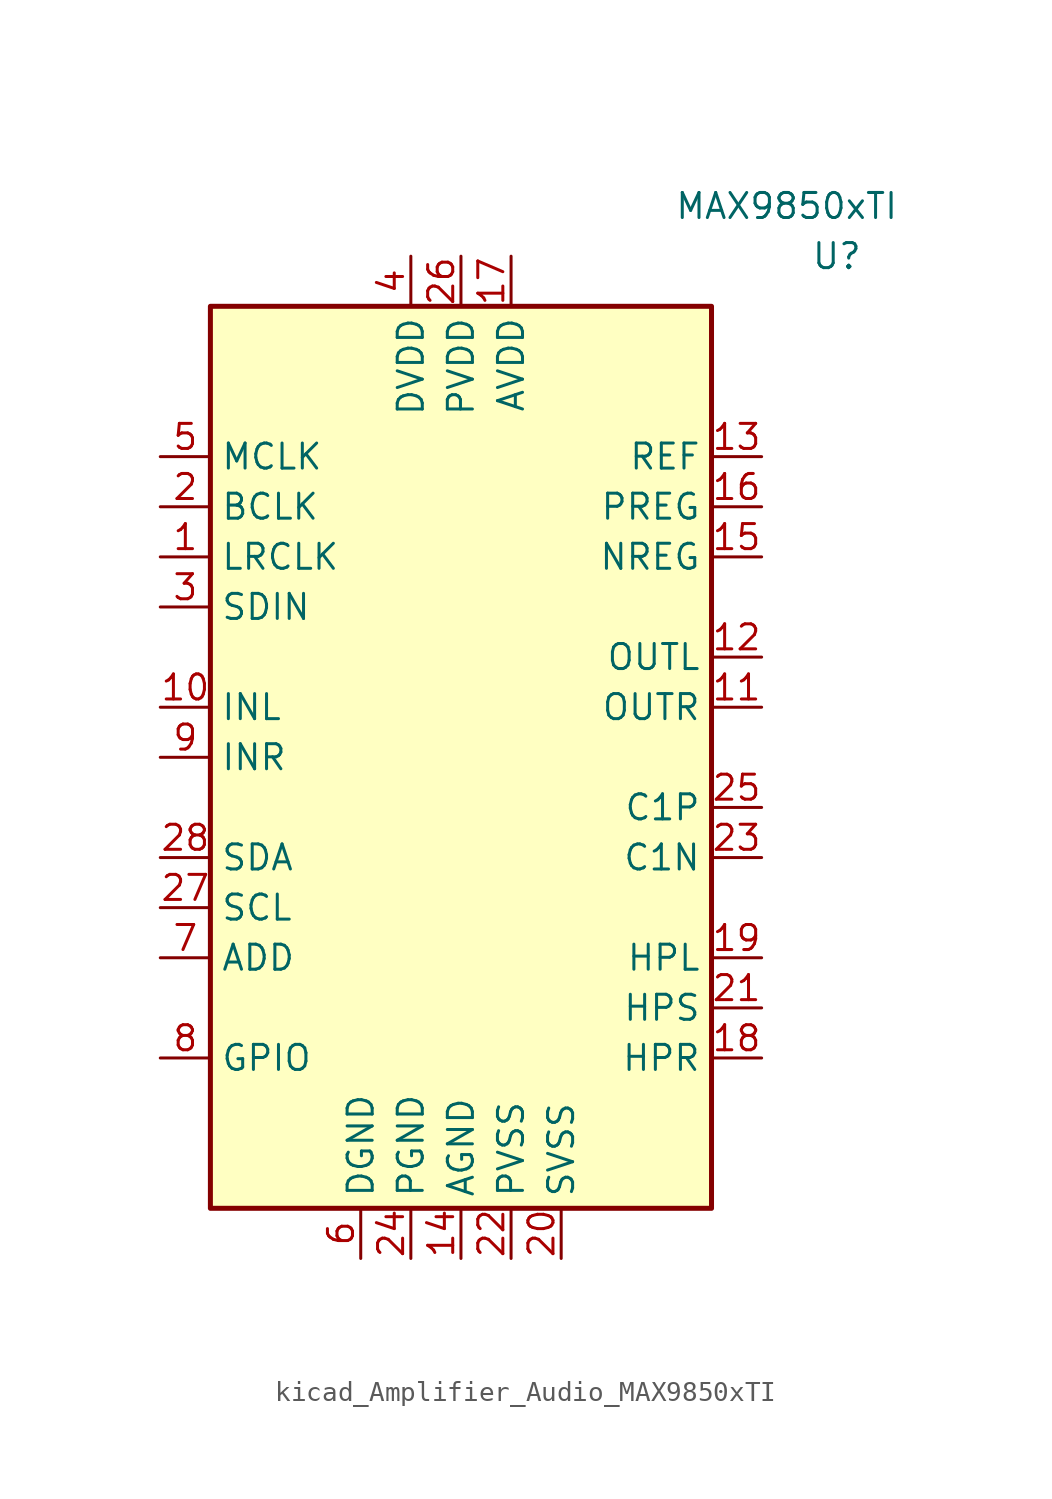
<source format=kicad_sym>
(kicad_symbol_lib
  (version 20220914)
  (generator kicad_symbol_editor)
  (symbol "kicad_Amplifier_Audio_MAX9850xTI"
    (property "Reference" "U"
      (at 19.05 25.4 0)
      (effects (font (size 1.27 1.27))))
    (property "Value" "MAX9850xTI"
      (at 16.51 27.94 0)
      (effects (font (size 1.27 1.27))))
    (symbol "kicad_Amplifier_Audio_MAX9850xTI_0_1"
      (rectangle (start -12.7 22.86) (end 12.7 -22.86) (stroke (width 0.254) (type default)) (fill (type background))))
    (symbol "kicad_Amplifier_Audio_MAX9850xTI_1_1"
      (pin bidirectional line (at -15.24 10.16 0) (length 2.54) (name "LRCLK" (effects (font (size 1.27 1.27)))) (number "1" (effects (font (size 1.27 1.27)))))
      (pin input line (at -15.24 2.54 0) (length 2.54) (name "INL" (effects (font (size 1.27 1.27)))) (number "10" (effects (font (size 1.27 1.27)))))
      (pin output line (at 15.24 2.54 180) (length 2.54) (name "OUTR" (effects (font (size 1.27 1.27)))) (number "11" (effects (font (size 1.27 1.27)))))
      (pin output line (at 15.24 5.08 180) (length 2.54) (name "OUTL" (effects (font (size 1.27 1.27)))) (number "12" (effects (font (size 1.27 1.27)))))
      (pin power_out line (at 15.24 15.24 180) (length 2.54) (name "REF" (effects (font (size 1.27 1.27)))) (number "13" (effects (font (size 1.27 1.27)))))
      (pin power_in line (at 0 -25.4 90) (length 2.54) (name "AGND" (effects (font (size 1.27 1.27)))) (number "14" (effects (font (size 1.27 1.27)))))
      (pin power_out line (at 15.24 10.16 180) (length 2.54) (name "NREG" (effects (font (size 1.27 1.27)))) (number "15" (effects (font (size 1.27 1.27)))))
      (pin power_out line (at 15.24 12.7 180) (length 2.54) (name "PREG" (effects (font (size 1.27 1.27)))) (number "16" (effects (font (size 1.27 1.27)))))
      (pin power_in line (at 2.54 25.4 270) (length 2.54) (name "AVDD" (effects (font (size 1.27 1.27)))) (number "17" (effects (font (size 1.27 1.27)))))
      (pin output line (at 15.24 -15.24 180) (length 2.54) (name "HPR" (effects (font (size 1.27 1.27)))) (number "18" (effects (font (size 1.27 1.27)))))
      (pin output line (at 15.24 -10.16 180) (length 2.54) (name "HPL" (effects (font (size 1.27 1.27)))) (number "19" (effects (font (size 1.27 1.27)))))
      (pin bidirectional line (at -15.24 12.7 0) (length 2.54) (name "BCLK" (effects (font (size 1.27 1.27)))) (number "2" (effects (font (size 1.27 1.27)))))
      (pin power_in line (at 5.08 -25.4 90) (length 2.54) (name "SVSS" (effects (font (size 1.27 1.27)))) (number "20" (effects (font (size 1.27 1.27)))))
      (pin input line (at 15.24 -12.7 180) (length 2.54) (name "HPS" (effects (font (size 1.27 1.27)))) (number "21" (effects (font (size 1.27 1.27)))))
      (pin power_in line (at 2.54 -25.4 90) (length 2.54) (name "PVSS" (effects (font (size 1.27 1.27)))) (number "22" (effects (font (size 1.27 1.27)))))
      (pin passive line (at 15.24 -5.08 180) (length 2.54) (name "C1N" (effects (font (size 1.27 1.27)))) (number "23" (effects (font (size 1.27 1.27)))))
      (pin power_in line (at -2.54 -25.4 90) (length 2.54) (name "PGND" (effects (font (size 1.27 1.27)))) (number "24" (effects (font (size 1.27 1.27)))))
      (pin passive line (at 15.24 -2.54 180) (length 2.54) (name "C1P" (effects (font (size 1.27 1.27)))) (number "25" (effects (font (size 1.27 1.27)))))
      (pin power_in line (at 0 25.4 270) (length 2.54) (name "PVDD" (effects (font (size 1.27 1.27)))) (number "26" (effects (font (size 1.27 1.27)))))
      (pin bidirectional line (at -15.24 -7.62 0) (length 2.54) (name "SCL" (effects (font (size 1.27 1.27)))) (number "27" (effects (font (size 1.27 1.27)))))
      (pin bidirectional line (at -15.24 -5.08 0) (length 2.54) (name "SDA" (effects (font (size 1.27 1.27)))) (number "28" (effects (font (size 1.27 1.27)))))
      (pin passive line (at 0 -25.4 90) (length 2.54) hide (name "AGND" (effects (font (size 1.27 1.27)))) (number "29" (effects (font (size 1.27 1.27)))))
      (pin input line (at -15.24 7.62 0) (length 2.54) (name "SDIN" (effects (font (size 1.27 1.27)))) (number "3" (effects (font (size 1.27 1.27)))))
      (pin power_in line (at -2.54 25.4 270) (length 2.54) (name "DVDD" (effects (font (size 1.27 1.27)))) (number "4" (effects (font (size 1.27 1.27)))))
      (pin input line (at -15.24 15.24 0) (length 2.54) (name "MCLK" (effects (font (size 1.27 1.27)))) (number "5" (effects (font (size 1.27 1.27)))))
      (pin power_in line (at -5.08 -25.4 90) (length 2.54) (name "DGND" (effects (font (size 1.27 1.27)))) (number "6" (effects (font (size 1.27 1.27)))))
      (pin input line (at -15.24 -10.16 0) (length 2.54) (name "ADD" (effects (font (size 1.27 1.27)))) (number "7" (effects (font (size 1.27 1.27)))))
      (pin bidirectional line (at -15.24 -15.24 0) (length 2.54) (name "GPIO" (effects (font (size 1.27 1.27)))) (number "8" (effects (font (size 1.27 1.27)))))
      (pin input line (at -15.24 0 0) (length 2.54) (name "INR" (effects (font (size 1.27 1.27)))) (number "9" (effects (font (size 1.27 1.27))))))))
</source>
